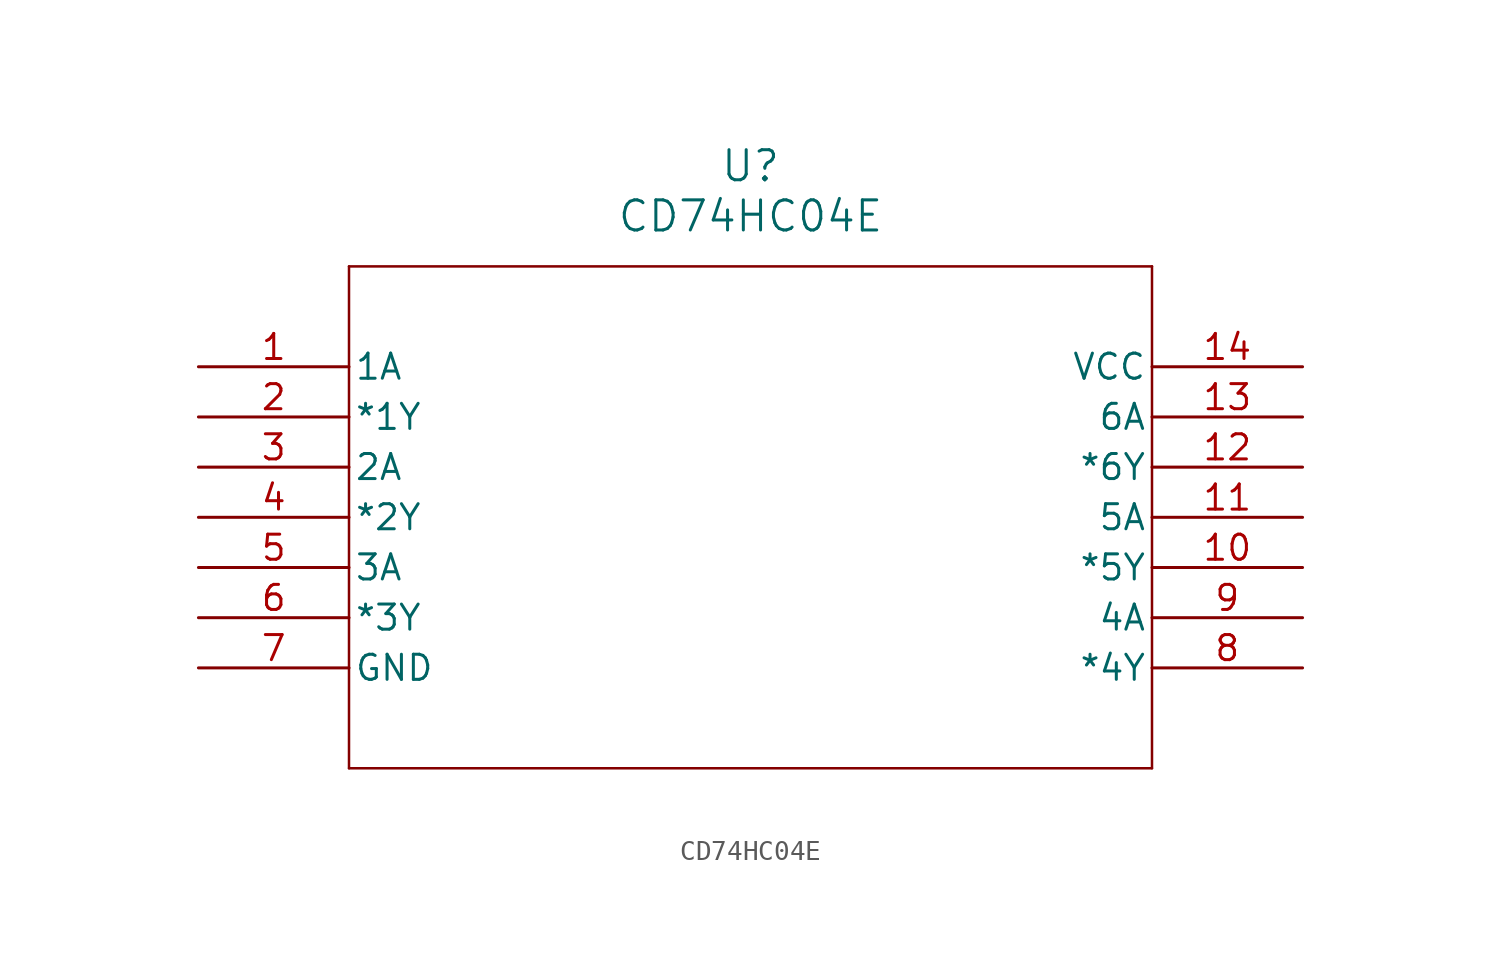
<source format=kicad_sym>
(kicad_symbol_lib
  (version 20211014)
  (generator kicad_symbol_editor)
  (symbol "CD74HC04E"
    (pin_names
      (offset 0.254))
    (property "Reference" "U"
      (at 27.94 10.16 0)
      (effects (font (size 1.524 1.524))))
    (property "Value" "CD74HC04E"
      (at 27.94 7.62 0)
      (effects (font (size 1.524 1.524))))
    (polyline
      (pts (xy 7.62 5.08) (xy 7.62 -20.32))
      (stroke (width 0.127) (type default) (color 0 0 0 0))
      (fill (type none)))
    (polyline
      (pts (xy 7.62 -20.32) (xy 48.26 -20.32))
      (stroke (width 0.127) (type default) (color 0 0 0 0))
      (fill (type none)))
    (polyline
      (pts (xy 48.26 -20.32) (xy 48.26 5.08))
      (stroke (width 0.127) (type default) (color 0 0 0 0))
      (fill (type none)))
    (polyline
      (pts (xy 48.26 5.08) (xy 7.62 5.08))
      (stroke (width 0.127) (type default) (color 0 0 0 0))
      (fill (type none)))
    (pin input line
      (at 0 0 0)
      (length 7.62)
      (name "1A" (effects (font (size 1.27 1.27))))
      (number "1" (effects (font (size 1.27 1.27)))))
    (pin output line
      (at 0 -2.54 0)
      (length 7.62)
      (name "*1Y" (effects (font (size 1.27 1.27))))
      (number "2" (effects (font (size 1.27 1.27)))))
    (pin input line
      (at 0 -5.08 0)
      (length 7.62)
      (name "2A" (effects (font (size 1.27 1.27))))
      (number "3" (effects (font (size 1.27 1.27)))))
    (pin output line
      (at 0 -7.62 0)
      (length 7.62)
      (name "*2Y" (effects (font (size 1.27 1.27))))
      (number "4" (effects (font (size 1.27 1.27)))))
    (pin input line
      (at 0 -10.16 0)
      (length 7.62)
      (name "3A" (effects (font (size 1.27 1.27))))
      (number "5" (effects (font (size 1.27 1.27)))))
    (pin output line
      (at 0 -12.7 0)
      (length 7.62)
      (name "*3Y" (effects (font (size 1.27 1.27))))
      (number "6" (effects (font (size 1.27 1.27)))))
    (pin power_in line
      (at 0 -15.24 0)
      (length 7.62)
      (name "GND" (effects (font (size 1.27 1.27))))
      (number "7" (effects (font (size 1.27 1.27)))))
    (pin output line
      (at 55.88 -15.24 180)
      (length 7.62)
      (name "*4Y" (effects (font (size 1.27 1.27))))
      (number "8" (effects (font (size 1.27 1.27)))))
    (pin input line
      (at 55.88 -12.7 180)
      (length 7.62)
      (name "4A" (effects (font (size 1.27 1.27))))
      (number "9" (effects (font (size 1.27 1.27)))))
    (pin output line
      (at 55.88 -10.16 180)
      (length 7.62)
      (name "*5Y" (effects (font (size 1.27 1.27))))
      (number "10" (effects (font (size 1.27 1.27)))))
    (pin input line
      (at 55.88 -7.62 180)
      (length 7.62)
      (name "5A" (effects (font (size 1.27 1.27))))
      (number "11" (effects (font (size 1.27 1.27)))))
    (pin output line
      (at 55.88 -5.08 180)
      (length 7.62)
      (name "*6Y" (effects (font (size 1.27 1.27))))
      (number "12" (effects (font (size 1.27 1.27)))))
    (pin input line
      (at 55.88 -2.54 180)
      (length 7.62)
      (name "6A" (effects (font (size 1.27 1.27))))
      (number "13" (effects (font (size 1.27 1.27)))))
    (pin power_in line
      (at 55.88 0 180)
      (length 7.62)
      (name "VCC" (effects (font (size 1.27 1.27))))
      (number "14" (effects (font (size 1.27 1.27)))))))
</source>
